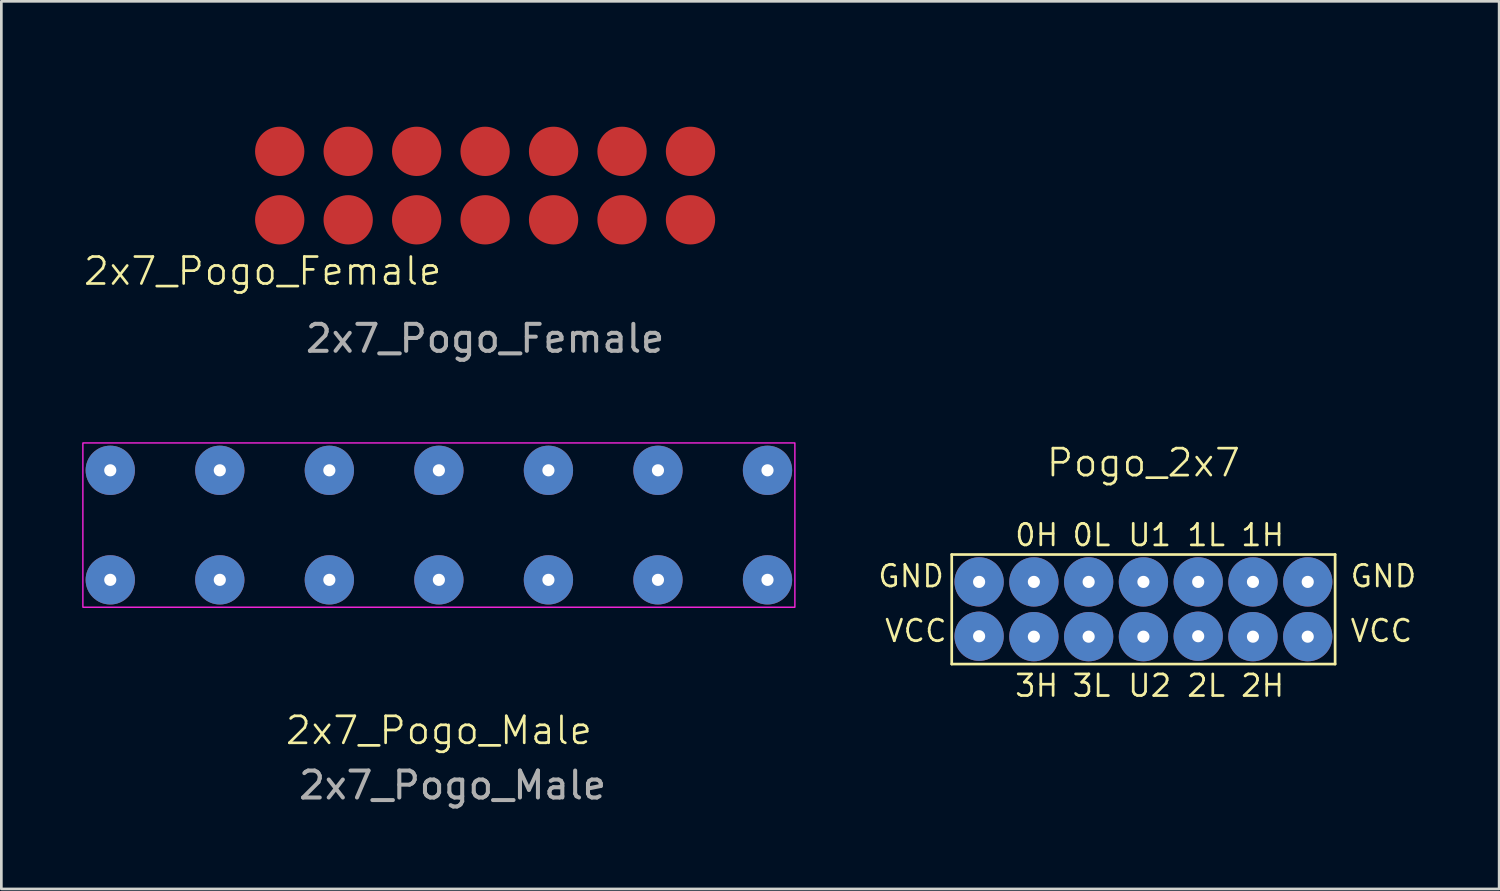
<source format=kicad_pcb>
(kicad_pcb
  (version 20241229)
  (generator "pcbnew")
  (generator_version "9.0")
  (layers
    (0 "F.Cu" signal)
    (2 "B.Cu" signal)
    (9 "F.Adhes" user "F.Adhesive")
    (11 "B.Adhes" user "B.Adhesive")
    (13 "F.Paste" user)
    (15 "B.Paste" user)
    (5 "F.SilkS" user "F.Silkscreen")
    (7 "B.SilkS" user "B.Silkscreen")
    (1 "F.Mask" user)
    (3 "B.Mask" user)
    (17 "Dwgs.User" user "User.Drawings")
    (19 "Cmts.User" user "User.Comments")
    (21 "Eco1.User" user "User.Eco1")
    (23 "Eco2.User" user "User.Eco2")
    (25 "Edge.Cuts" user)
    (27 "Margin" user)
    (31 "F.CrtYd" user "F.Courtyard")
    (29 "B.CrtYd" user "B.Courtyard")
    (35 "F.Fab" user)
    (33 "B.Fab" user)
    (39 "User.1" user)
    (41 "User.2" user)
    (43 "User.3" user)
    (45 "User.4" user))
  (footprint "2x7_Pogo_Female"
    (layer "F.Cu")
    (at 14.948 7.01)
    (property "Reference" "2x7_Pogo_Female" (at -8.255 0 0) (unlocked yes) (layer "F.SilkS") (effects (font (size 1 1) (thickness 0.1))))
    (attr smd)
    (fp_rect (start -10.795 -6.985) (end 11.43 0.635) (stroke (width 0.05) (type default)) (fill no) (layer "Margin"))
    (fp_text user "${REFERENCE}" (at 0 2.5 0) (unlocked yes) (layer "F.Fab") (effects (font (size 1 1) (thickness 0.15))))
    (pad "1" smd circle (at -7.62 -4.445) (size 1.829 1.829) (layers "F.Cu" "F.Mask" "F.Paste"))
    (pad "2" smd circle (at -5.08 -4.445) (size 1.829 1.829) (layers "F.Cu" "F.Mask" "F.Paste"))
    (pad "3" smd circle (at -2.54 -4.445) (size 1.829 1.829) (layers "F.Cu" "F.Mask" "F.Paste"))
    (pad "4" smd circle (at 0 -4.445) (size 1.829 1.829) (layers "F.Cu" "F.Mask" "F.Paste"))
    (pad "5" smd circle (at 2.54 -4.445) (size 1.829 1.829) (layers "F.Cu" "F.Mask" "F.Paste"))
    (pad "6" smd circle (at 5.08 -4.445) (size 1.829 1.829) (layers "F.Cu" "F.Mask" "F.Paste"))
    (pad "7" smd circle (at 7.62 -4.445) (size 1.829 1.829) (layers "F.Cu" "F.Mask" "F.Paste"))
    (pad "8" smd circle (at -7.62 -1.905) (size 1.829 1.829) (layers "F.Cu" "F.Mask" "F.Paste"))
    (pad "9" smd circle (at -5.08 -1.905) (size 1.829 1.829) (layers "F.Cu" "F.Mask" "F.Paste"))
    (pad "10" smd circle (at -2.54 -1.905) (size 1.829 1.829) (layers "F.Cu" "F.Mask" "F.Paste"))
    (pad "11" smd circle (at 0 -1.905) (size 1.829 1.829) (layers "F.Cu" "F.Mask" "F.Paste"))
    (pad "12" smd circle (at 2.54 -1.905) (size 1.829 1.829) (layers "F.Cu" "F.Mask" "F.Paste"))
    (pad "13" smd circle (at 5.08 -1.905) (size 1.829 1.829) (layers "F.Cu" "F.Mask" "F.Paste"))
    (pad "14" smd circle (at 7.62 -1.905) (size 1.829 1.829) (layers "F.Cu" "F.Mask" "F.Paste")))
  (footprint "Pogo_2x7"
    (layer "F.Cu")
    (at 39.372 19.453)
    (property "Reference" "Pogo_2x7" (at 0 -5.334 0) (unlocked yes) (layer "F.SilkS") (effects (font (size 1 1) (thickness 0.1))))
    (attr smd)
    (fp_line (start -7.112 -1.93) (end 7.112 -1.93) (stroke (width 0.1) (type default)) (layer "F.SilkS"))
    (fp_line (start -7.112 2.134) (end -7.112 -1.93) (stroke (width 0.1) (type default)) (layer "F.SilkS"))
    (fp_line (start 7.112 -1.93) (end 7.112 2.134) (stroke (width 0.1) (type default)) (layer "F.SilkS"))
    (fp_line (start 7.112 2.134) (end -7.112 2.134) (stroke (width 0.1) (type default)) (layer "F.SilkS"))
    (fp_text user "GND" (at -9.906 -0.66 0) (unlocked yes) (layer "F.SilkS") (effects (font (size 0.8 0.8) (thickness 0.1)) (justify left bottom)))
    (fp_text user "0H" (at -4.826 -2.184 0) (unlocked yes) (layer "F.SilkS") (effects (font (size 0.8 0.8) (thickness 0.1)) (justify left bottom)))
    (fp_text user "VCC" (at 7.62 1.372 0) (unlocked yes) (layer "F.SilkS") (effects (font (size 0.8 0.8) (thickness 0.1)) (justify left bottom)))
    (fp_text user "0L" (at -2.699 -2.184 0) (unlocked yes) (layer "F.SilkS") (effects (font (size 0.8 0.8) (thickness 0.1)) (justify left bottom)))
    (fp_text user "3H" (at -4.826 3.404 0) (unlocked yes) (layer "F.SilkS") (effects (font (size 0.8 0.8) (thickness 0.1)) (justify left bottom)))
    (fp_text user "1L" (at 1.556 -2.184 0) (unlocked yes) (layer "F.SilkS") (effects (font (size 0.8 0.8) (thickness 0.1)) (justify left bottom)))
    (fp_text user "1H" (at 3.556 -2.184 0) (unlocked yes) (layer "F.SilkS") (effects (font (size 0.8 0.8) (thickness 0.1)) (justify left bottom)))
    (fp_text user "VCC" (at -9.652 1.372 0) (unlocked yes) (layer "F.SilkS") (effects (font (size 0.8 0.8) (thickness 0.1)) (justify left bottom)))
    (fp_text user "2L" (at 1.556 3.404 0) (unlocked yes) (layer "F.SilkS") (effects (font (size 0.8 0.8) (thickness 0.1)) (justify left bottom)))
    (fp_text user "2H" (at 3.556 3.404 0) (unlocked yes) (layer "F.SilkS") (effects (font (size 0.8 0.8) (thickness 0.1)) (justify left bottom)))
    (fp_text user "U2" (at -0.635 3.404 0) (unlocked yes) (layer "F.SilkS") (effects (font (size 0.8 0.8) (thickness 0.1)) (justify left bottom)))
    (fp_text user "GND" (at 7.62 -0.66 0) (unlocked yes) (layer "F.SilkS") (effects (font (size 0.8 0.8) (thickness 0.1)) (justify left bottom)))
    (fp_text user "U1" (at -0.635 -2.184 0) (unlocked yes) (layer "F.SilkS") (effects (font (size 0.8 0.8) (thickness 0.1)) (justify left bottom)))
    (fp_text user "3L" (at -2.699 3.404 0) (unlocked yes) (layer "F.SilkS") (effects (font (size 0.8 0.8) (thickness 0.1)) (justify left bottom)))
    (pad "1" thru_hole circle (at -6.096 -0.914) (size 1.829 1.829) (drill 0.45) (layers "*.Cu" "*.Mask"))
    (pad "2" thru_hole circle (at -4.064 -0.914) (size 1.829 1.829) (drill 0.45) (layers "*.Cu" "*.Mask"))
    (pad "3" thru_hole circle (at -2.032 -0.914) (size 1.829 1.829) (drill 0.45) (layers "*.Cu" "*.Mask"))
    (pad "4" thru_hole circle (at 0 -0.914) (size 1.829 1.829) (drill 0.45) (layers "*.Cu" "*.Mask"))
    (pad "5" thru_hole circle (at 2.032 -0.914) (size 1.829 1.829) (drill 0.45) (layers "*.Cu" "*.Mask"))
    (pad "6" thru_hole circle (at 4.064 -0.914) (size 1.829 1.829) (drill 0.45) (layers "*.Cu" "*.Mask"))
    (pad "7" thru_hole circle (at 6.096 -0.914) (size 1.829 1.829) (drill 0.45) (layers "*.Cu" "*.Mask"))
    (pad "8" thru_hole circle (at -6.096 1.102) (size 1.829 1.829) (drill 0.45) (layers "*.Cu" "*.Mask"))
    (pad "9" thru_hole circle (at -4.064 1.118) (size 1.829 1.829) (drill 0.45) (layers "*.Cu" "*.Mask"))
    (pad "10" thru_hole circle (at -2.032 1.118) (size 1.829 1.829) (drill 0.45) (layers "*.Cu" "*.Mask"))
    (pad "11" thru_hole circle (at 0 1.118) (size 1.829 1.829) (drill 0.45) (layers "*.Cu" "*.Mask"))
    (pad "12" thru_hole circle (at 2.032 1.102) (size 1.829 1.829) (drill 0.45) (layers "*.Cu" "*.Mask"))
    (pad "13" thru_hole circle (at 4.064 1.118) (size 1.829 1.829) (drill 0.45) (layers "*.Cu" "*.Mask"))
    (pad "14" thru_hole circle (at 6.096 1.118) (size 1.829 1.829) (drill 0.45) (layers "*.Cu" "*.Mask")))
  (footprint "2x7_Pogo_Male"
    (layer "F.Cu")
    (at 13.233 20.495)
    (property "Reference" "2x7_Pogo_Male" (at 0 3.556 0) (unlocked yes) (layer "F.SilkS") (effects (font (size 1 1) (thickness 0.1))))
    (attr smd)
    (fp_rect (start -13.208 -7.112) (end 13.208 -1.016) (stroke (width 0.05) (type default)) (fill no) (layer "F.CrtYd"))
    (fp_text user "${REFERENCE}" (at 0.508 5.588 0) (unlocked yes) (layer "F.Fab") (effects (font (size 1 1) (thickness 0.15))))
    (pad "1" thru_hole circle (at -12.192 -6.096) (size 1.829 1.829) (drill 0.45) (layers "*.Cu" "*.Mask"))
    (pad "2" thru_hole circle (at -8.128 -6.096) (size 1.829 1.829) (drill 0.45) (layers "*.Cu" "*.Mask"))
    (pad "3" thru_hole circle (at -4.064 -6.096) (size 1.829 1.829) (drill 0.45) (layers "*.Cu" "*.Mask"))
    (pad "4" thru_hole circle (at 0 -6.096) (size 1.829 1.829) (drill 0.45) (layers "*.Cu" "*.Mask"))
    (pad "5" thru_hole circle (at 4.064 -6.096) (size 1.829 1.829) (drill 0.45) (layers "*.Cu" "*.Mask"))
    (pad "6" thru_hole circle (at 8.128 -6.096) (size 1.829 1.829) (drill 0.45) (layers "*.Cu" "*.Mask"))
    (pad "7" thru_hole circle (at 12.192 -6.096) (size 1.829 1.829) (drill 0.45) (layers "*.Cu" "*.Mask"))
    (pad "8" thru_hole circle (at -12.192 -2.032) (size 1.829 1.829) (drill 0.45) (layers "*.Cu" "*.Mask"))
    (pad "9" thru_hole circle (at -8.128 -2.032) (size 1.829 1.829) (drill 0.45) (layers "*.Cu" "*.Mask"))
    (pad "10" thru_hole circle (at -4.064 -2.032) (size 1.829 1.829) (drill 0.45) (layers "*.Cu" "*.Mask"))
    (pad "11" thru_hole circle (at 0 -2.032) (size 1.829 1.829) (drill 0.45) (layers "*.Cu" "*.Mask"))
    (pad "12" thru_hole circle (at 4.064 -2.032) (size 1.829 1.829) (drill 0.45) (layers "*.Cu" "*.Mask"))
    (pad "13" thru_hole circle (at 8.128 -2.032) (size 1.829 1.829) (drill 0.45) (layers "*.Cu" "*.Mask"))
    (pad "14" thru_hole circle (at 12.192 -2.032) (size 1.829 1.829) (drill 0.45) (layers "*.Cu" "*.Mask")))
  (gr_rect
    (start -3 -3)
    (end 52.57 29.931)
    (stroke (width 0.1) (type default))
    (fill no)
    (layer "Edge.Cuts")))
</source>
